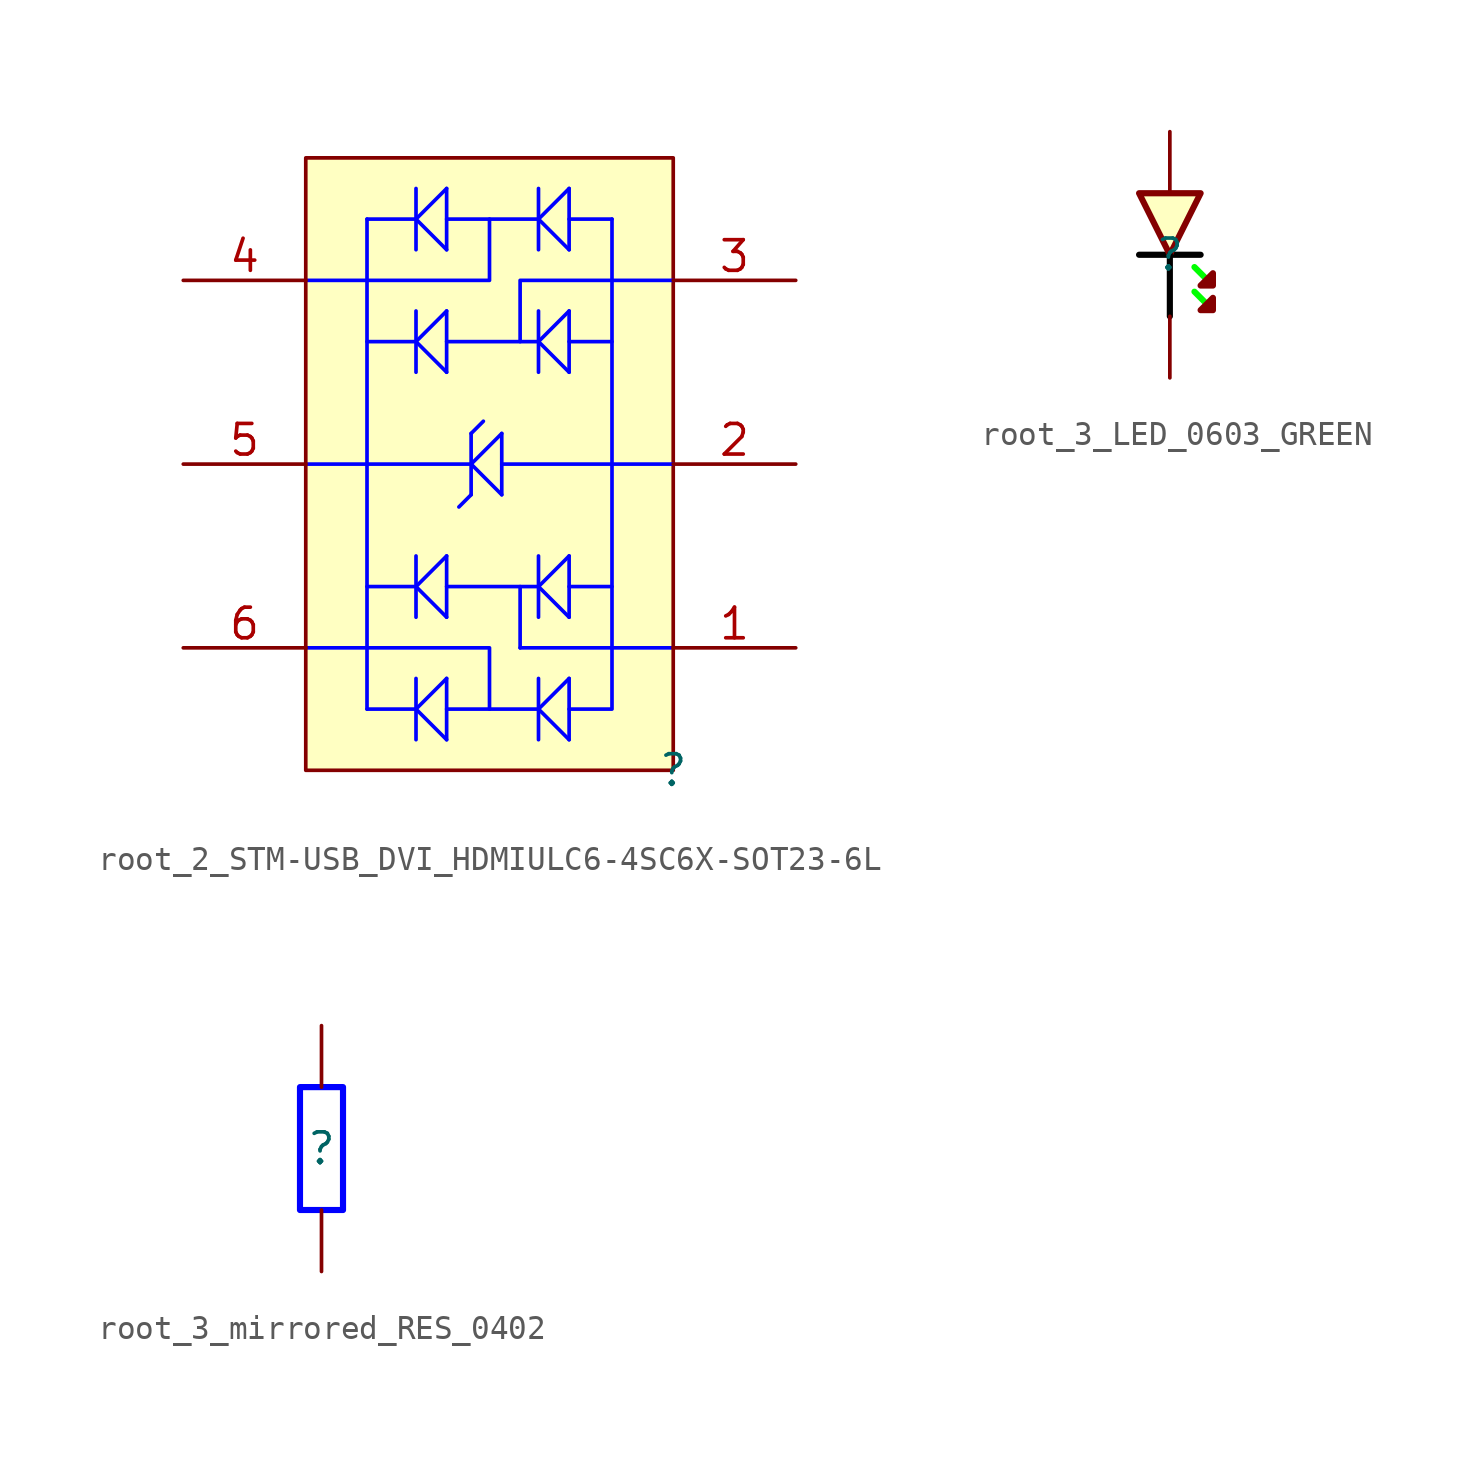
<source format=kicad_sym>
(kicad_symbol_lib
  (version 20220914)
  (generator kicad_symbol_editor)
  (symbol "root_2_STM-USB_DVI_HDMIULC6-4SC6X-SOT23-6L"
    (property "Reference" ""
      (at 0 0 0)
      (effects (font (size 1.27 1.27))))
    (property "Value" ""
      (at 0 0 0)
      (effects (font (size 1.27 1.27))))
    (symbol "root_2_STM-USB_DVI_HDMIULC6-4SC6X-SOT23-6L_1_0"
      (polyline (pts (xy -15.24 12.7) (xy -12.7 12.7)) (stroke (width 0) (type solid) (color 0 0 255 1)) (fill (type none)))
      (polyline (pts (xy -12.7 22.86) (xy -12.7 2.54)) (stroke (width 0) (type solid) (color 0 0 255 1)) (fill (type none)))
      (polyline (pts (xy -10.668 2.54) (xy -12.7 2.54)) (stroke (width 0) (type solid) (color 0 0 255 1)) (fill (type none)))
      (polyline (pts (xy -10.668 2.54) (xy -9.398 1.27)) (stroke (width 0) (type solid) (color 0 0 255 1)) (fill (type none)))
      (polyline (pts (xy -10.668 2.54) (xy -9.398 3.81)) (stroke (width 0) (type solid) (color 0 0 255 1)) (fill (type none)))
      (polyline (pts (xy -10.668 3.81) (xy -10.668 1.27)) (stroke (width 0) (type solid) (color 0 0 255 1)) (fill (type none)))
      (polyline (pts (xy -10.668 7.62) (xy -12.7 7.62)) (stroke (width 0) (type solid) (color 0 0 255 1)) (fill (type none)))
      (polyline (pts (xy -10.668 7.62) (xy -9.398 6.35)) (stroke (width 0) (type solid) (color 0 0 255 1)) (fill (type none)))
      (polyline (pts (xy -10.668 7.62) (xy -9.398 8.89)) (stroke (width 0) (type solid) (color 0 0 255 1)) (fill (type none)))
      (polyline (pts (xy -10.668 8.89) (xy -10.668 6.35)) (stroke (width 0) (type solid) (color 0 0 255 1)) (fill (type none)))
      (polyline (pts (xy -10.668 17.78) (xy -12.7 17.78)) (stroke (width 0) (type solid) (color 0 0 255 1)) (fill (type none)))
      (polyline (pts (xy -10.668 17.78) (xy -9.398 16.51)) (stroke (width 0) (type solid) (color 0 0 255 1)) (fill (type none)))
      (polyline (pts (xy -10.668 17.78) (xy -9.398 19.05)) (stroke (width 0) (type solid) (color 0 0 255 1)) (fill (type none)))
      (polyline (pts (xy -10.668 19.05) (xy -10.668 16.51)) (stroke (width 0) (type solid) (color 0 0 255 1)) (fill (type none)))
      (polyline (pts (xy -10.668 22.86) (xy -12.7 22.86)) (stroke (width 0) (type solid) (color 0 0 255 1)) (fill (type none)))
      (polyline (pts (xy -10.668 22.86) (xy -9.398 21.59)) (stroke (width 0) (type solid) (color 0 0 255 1)) (fill (type none)))
      (polyline (pts (xy -10.668 22.86) (xy -9.398 24.13)) (stroke (width 0) (type solid) (color 0 0 255 1)) (fill (type none)))
      (polyline (pts (xy -10.668 24.13) (xy -10.668 21.59)) (stroke (width 0) (type solid) (color 0 0 255 1)) (fill (type none)))
      (polyline (pts (xy -9.398 3.81) (xy -9.398 1.27)) (stroke (width 0) (type solid) (color 0 0 255 1)) (fill (type none)))
      (polyline (pts (xy -9.398 8.89) (xy -9.398 6.35)) (stroke (width 0) (type solid) (color 0 0 255 1)) (fill (type none)))
      (polyline (pts (xy -9.398 19.05) (xy -9.398 16.51)) (stroke (width 0) (type solid) (color 0 0 255 1)) (fill (type none)))
      (polyline (pts (xy -9.398 24.13) (xy -9.398 21.59)) (stroke (width 0) (type solid) (color 0 0 255 1)) (fill (type none)))
      (polyline (pts (xy -8.382 11.43) (xy -8.89 10.922)) (stroke (width 0) (type solid) (color 0 0 255 1)) (fill (type none)))
      (polyline (pts (xy -8.382 11.43) (xy -8.382 13.97)) (stroke (width 0) (type solid) (color 0 0 255 1)) (fill (type none)))
      (polyline (pts (xy -8.382 12.7) (xy -12.7 12.7)) (stroke (width 0) (type solid) (color 0 0 255 1)) (fill (type none)))
      (polyline (pts (xy -8.382 12.7) (xy -7.112 11.43)) (stroke (width 0) (type solid) (color 0 0 255 1)) (fill (type none)))
      (polyline (pts (xy -8.382 12.7) (xy -7.112 13.97)) (stroke (width 0) (type solid) (color 0 0 255 1)) (fill (type none)))
      (polyline (pts (xy -8.382 13.97) (xy -7.874 14.478)) (stroke (width 0) (type solid) (color 0 0 255 1)) (fill (type none)))
      (polyline (pts (xy -7.112 12.7) (xy -2.54 12.7)) (stroke (width 0) (type solid) (color 0 0 255 1)) (fill (type none)))
      (polyline (pts (xy -7.112 13.97) (xy -7.112 11.43)) (stroke (width 0) (type solid) (color 0 0 255 1)) (fill (type none)))
      (polyline (pts (xy -6.35 5.08) (xy -6.35 7.62)) (stroke (width 0) (type solid) (color 0 0 255 1)) (fill (type none)))
      (polyline (pts (xy -5.588 2.54) (xy -9.398 2.54)) (stroke (width 0) (type solid) (color 0 0 255 1)) (fill (type none)))
      (polyline (pts (xy -5.588 2.54) (xy -4.318 1.27)) (stroke (width 0) (type solid) (color 0 0 255 1)) (fill (type none)))
      (polyline (pts (xy -5.588 2.54) (xy -4.318 3.81)) (stroke (width 0) (type solid) (color 0 0 255 1)) (fill (type none)))
      (polyline (pts (xy -5.588 3.81) (xy -5.588 1.27)) (stroke (width 0) (type solid) (color 0 0 255 1)) (fill (type none)))
      (polyline (pts (xy -5.588 7.62) (xy -9.398 7.62)) (stroke (width 0) (type solid) (color 0 0 255 1)) (fill (type none)))
      (polyline (pts (xy -5.588 7.62) (xy -4.318 6.35)) (stroke (width 0) (type solid) (color 0 0 255 1)) (fill (type none)))
      (polyline (pts (xy -5.588 7.62) (xy -4.318 8.89)) (stroke (width 0) (type solid) (color 0 0 255 1)) (fill (type none)))
      (polyline (pts (xy -5.588 8.89) (xy -5.588 6.35)) (stroke (width 0) (type solid) (color 0 0 255 1)) (fill (type none)))
      (polyline (pts (xy -5.588 17.78) (xy -9.398 17.78)) (stroke (width 0) (type solid) (color 0 0 255 1)) (fill (type none)))
      (polyline (pts (xy -5.588 17.78) (xy -4.318 16.51)) (stroke (width 0) (type solid) (color 0 0 255 1)) (fill (type none)))
      (polyline (pts (xy -5.588 17.78) (xy -4.318 19.05)) (stroke (width 0) (type solid) (color 0 0 255 1)) (fill (type none)))
      (polyline (pts (xy -5.588 19.05) (xy -5.588 16.51)) (stroke (width 0) (type solid) (color 0 0 255 1)) (fill (type none)))
      (polyline (pts (xy -5.588 22.86) (xy -9.398 22.86)) (stroke (width 0) (type solid) (color 0 0 255 1)) (fill (type none)))
      (polyline (pts (xy -5.588 22.86) (xy -4.318 21.59)) (stroke (width 0) (type solid) (color 0 0 255 1)) (fill (type none)))
      (polyline (pts (xy -5.588 22.86) (xy -4.318 24.13)) (stroke (width 0) (type solid) (color 0 0 255 1)) (fill (type none)))
      (polyline (pts (xy -5.588 24.13) (xy -5.588 21.59)) (stroke (width 0) (type solid) (color 0 0 255 1)) (fill (type none)))
      (polyline (pts (xy -4.318 3.81) (xy -4.318 1.27)) (stroke (width 0) (type solid) (color 0 0 255 1)) (fill (type none)))
      (polyline (pts (xy -4.318 7.62) (xy -2.54 7.62)) (stroke (width 0) (type solid) (color 0 0 255 1)) (fill (type none)))
      (polyline (pts (xy -4.318 8.89) (xy -4.318 6.35)) (stroke (width 0) (type solid) (color 0 0 255 1)) (fill (type none)))
      (polyline (pts (xy -4.318 17.78) (xy -2.54 17.78)) (stroke (width 0) (type solid) (color 0 0 255 1)) (fill (type none)))
      (polyline (pts (xy -4.318 19.05) (xy -4.318 16.51)) (stroke (width 0) (type solid) (color 0 0 255 1)) (fill (type none)))
      (polyline (pts (xy -4.318 22.86) (xy -2.54 22.86)) (stroke (width 0) (type solid) (color 0 0 255 1)) (fill (type none)))
      (polyline (pts (xy -4.318 24.13) (xy -4.318 21.59)) (stroke (width 0) (type solid) (color 0 0 255 1)) (fill (type none)))
      (polyline (pts (xy -2.54 5.08) (xy 0 5.08)) (stroke (width 0) (type solid) (color 0 0 255 1)) (fill (type none)))
      (polyline (pts (xy 0 12.7) (xy -2.54 12.7)) (stroke (width 0) (type solid) (color 0 0 255 1)) (fill (type none)))
      (polyline (pts (xy -15.24 5.08) (xy -7.62 5.08) (xy -7.62 2.54)) (stroke (width 0) (type solid) (color 0 0 255 1)) (fill (type none)))
      (polyline (pts (xy -15.24 20.32) (xy -7.62 20.32) (xy -7.62 22.86)) (stroke (width 0) (type solid) (color 0 0 255 1)) (fill (type none)))
      (polyline (pts (xy -3.81 5.08) (xy -6.35 5.08) (xy -2.54 5.08)) (stroke (width 0) (type solid) (color 0 0 255 1)) (fill (type none)))
      (polyline (pts (xy 0 20.32) (xy -6.35 20.32) (xy -6.35 17.78)) (stroke (width 0) (type solid) (color 0 0 255 1)) (fill (type none)))
      (polyline (pts (xy -4.318 2.54) (xy -2.54 2.54) (xy -2.54 22.86) (xy -2.54 13.97)) (stroke (width 0) (type solid) (color 0 0 255 1)) (fill (type none)))
      (rectangle (start 0 25.4) (end -15.24 0) (stroke (width 0) (type solid)) (fill (type background)))
      (pin passive line (at 5.08 5.08 180) (length 5.08) (name "I/O_1" (effects (font (size 0 0)))) (number "1" (effects (font (size 1.27 1.27)))))
      (pin passive line (at 5.08 12.7 180) (length 5.08) (name "GND" (effects (font (size 0 0)))) (number "2" (effects (font (size 1.27 1.27)))))
      (pin passive line (at 5.08 20.32 180) (length 5.08) (name "I/O_2" (effects (font (size 0 0)))) (number "3" (effects (font (size 1.27 1.27)))))
      (pin passive line (at -20.32 20.32 0) (length 5.08) (name "I/O_3" (effects (font (size 0 0)))) (number "4" (effects (font (size 1.27 1.27)))))
      (pin passive line (at -20.32 12.7 0) (length 5.08) (name "VBUS" (effects (font (size 0 0)))) (number "5" (effects (font (size 1.27 1.27)))))
      (pin passive line (at -20.32 5.08 0) (length 5.08) (name "I/O_4" (effects (font (size 0 0)))) (number "6" (effects (font (size 1.27 1.27)))))))
  (symbol "root_3_LED_0603_GREEN"
    (property "Reference" ""
      (at 0 0 0)
      (effects (font (size 1.27 1.27))))
    (property "Value" ""
      (at 0 0 0)
      (effects (font (size 1.27 1.27))))
    (symbol "root_3_LED_0603_GREEN_1_0"
      (polyline (pts (xy -1.27 0) (xy 1.27 0)) (stroke (width 0.254) (type solid) (color 0 0 0 1)) (fill (type none)))
      (polyline (pts (xy 0 -2.54) (xy 0 0)) (stroke (width 0.254) (type solid) (color 0 0 0 1)) (fill (type none)))
      (polyline (pts (xy 1.524 -2.032) (xy 1.016 -1.524)) (stroke (width 0.254) (type solid) (color 0 255 0 1)) (fill (type none)))
      (polyline (pts (xy 1.524 -1.016) (xy 1.016 -0.508)) (stroke (width 0.254) (type solid) (color 0 255 0 1)) (fill (type none)))
      (polyline (pts (xy 1.778 -1.778) (xy 1.27 -2.286) (xy 1.778 -2.286) (xy 1.778 -1.778) (xy 1.778 -1.778)) (stroke (width 0.254) (type solid)) (fill (type outline)))
      (polyline (pts (xy 1.778 -0.762) (xy 1.27 -1.27) (xy 1.778 -1.27) (xy 1.778 -0.762) (xy 1.778 -0.762)) (stroke (width 0.254) (type solid)) (fill (type outline)))
      (polyline (pts (xy 0 2.54) (xy 1.27 2.54) (xy 0 0) (xy -1.27 2.54) (xy 0 2.54) (xy 0 2.54)) (stroke (width 0.254) (type solid)) (fill (type background)))
      (pin passive line (at 0 5.08 270) (length 2.54) (name "A" (effects (font (size 0 0)))) (number "A" (effects (font (size 0 0)))))
      (pin passive line (at 0 -5.08 90) (length 2.54) (name "K" (effects (font (size 0 0)))) (number "K" (effects (font (size 0 0)))))))
  (symbol "root_3_mirrored_RES_0402"
    (property "Reference" ""
      (at 0 0 0)
      (effects (font (size 1.27 1.27))))
    (property "Value" ""
      (at 0 0 0)
      (effects (font (size 1.27 1.27))))
    (symbol "root_3_mirrored_RES_0402_1_0"
      (polyline (pts (xy 0 2.54) (xy -0.889 2.54) (xy -0.889 -2.54) (xy 0.889 -2.54) (xy 0.889 2.54) (xy 0 2.54)) (stroke (width 0.254) (type solid) (color 0 0 255 1)) (fill (type none)))
      (pin passive line (at 0 5.08 270) (length 2.54) (name "1" (effects (font (size 0 0)))) (number "1" (effects (font (size 0 0)))))
      (pin passive line (at 0 -5.08 90) (length 2.54) (name "2" (effects (font (size 0 0)))) (number "2" (effects (font (size 0 0))))))))
</source>
